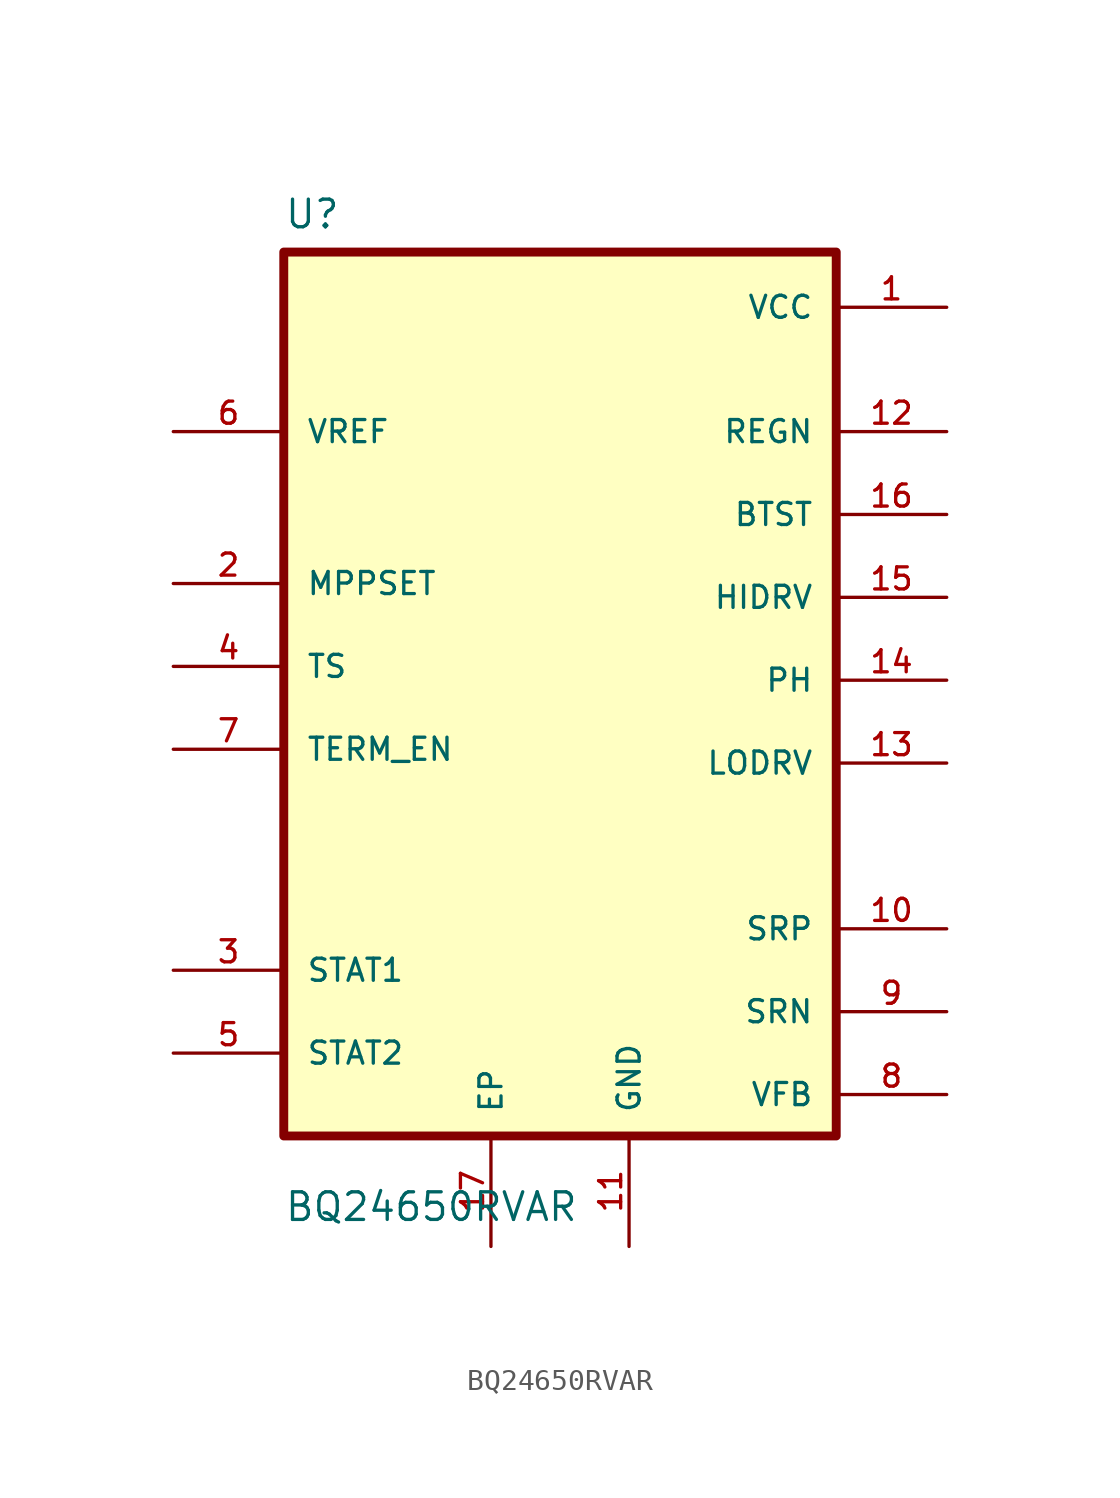
<source format=kicad_sym>
(kicad_symbol_lib
  (version 20220914)
  (generator kicad_symbol_editor)
  (symbol "BQ24650RVAR"
    (pin_names
      (offset 1.016))
    (property "Reference" "U"
      (at -12.7 21.32 0)
      (effects (font (size 1.27 1.27)) (justify left bottom)))
    (property "Value" "BQ24650RVAR"
      (at -12.7 -24.32 0)
      (effects (font (size 1.27 1.27)) (justify left bottom)))
    (symbol "BQ24650RVAR_0_0"
      (rectangle (start -12.7 20.32) (end 12.7 -20.32) (stroke (width 0.41) (type default)) (fill (type background)))
      (pin power_in line (at 17.78 17.78 180) (length 5.08) (name "VCC" (effects (font (size 1.016 1.016)))) (number "1" (effects (font (size 1.016 1.016)))))
      (pin input line (at 17.78 -10.795 180) (length 5.08) (name "SRP" (effects (font (size 1.016 1.016)))) (number "10" (effects (font (size 1.016 1.016)))))
      (pin power_in line (at 3.175 -25.4 90) (length 5.08) (name "GND" (effects (font (size 1.016 1.016)))) (number "11" (effects (font (size 1.016 1.016)))))
      (pin output line (at 17.78 12.065 180) (length 5.08) (name "REGN" (effects (font (size 1.016 1.016)))) (number "12" (effects (font (size 1.016 1.016)))))
      (pin output line (at 17.78 -3.175 180) (length 5.08) (name "LODRV" (effects (font (size 1.016 1.016)))) (number "13" (effects (font (size 1.016 1.016)))))
      (pin power_in line (at 17.78 0.635 180) (length 5.08) (name "PH" (effects (font (size 1.016 1.016)))) (number "14" (effects (font (size 1.016 1.016)))))
      (pin output line (at 17.78 4.445 180) (length 5.08) (name "HIDRV" (effects (font (size 1.016 1.016)))) (number "15" (effects (font (size 1.016 1.016)))))
      (pin power_in line (at 17.78 8.255 180) (length 5.08) (name "BTST" (effects (font (size 1.016 1.016)))) (number "16" (effects (font (size 1.016 1.016)))))
      (pin bidirectional line (at -3.175 -25.4 90) (length 5.08) (name "EP" (effects (font (size 1.016 1.016)))) (number "17" (effects (font (size 1.016 1.016)))))
      (pin input line (at -17.78 5.08 0) (length 5.08) (name "MPPSET" (effects (font (size 1.016 1.016)))) (number "2" (effects (font (size 1.016 1.016)))))
      (pin output line (at -17.78 -12.7 0) (length 5.08) (name "STAT1" (effects (font (size 1.016 1.016)))) (number "3" (effects (font (size 1.016 1.016)))))
      (pin input line (at -17.78 1.27 0) (length 5.08) (name "TS" (effects (font (size 1.016 1.016)))) (number "4" (effects (font (size 1.016 1.016)))))
      (pin output line (at -17.78 -16.51 0) (length 5.08) (name "STAT2" (effects (font (size 1.016 1.016)))) (number "5" (effects (font (size 1.016 1.016)))))
      (pin output line (at -17.78 12.065 0) (length 5.08) (name "VREF" (effects (font (size 1.016 1.016)))) (number "6" (effects (font (size 1.016 1.016)))))
      (pin input line (at -17.78 -2.54 0) (length 5.08) (name "TERM_EN" (effects (font (size 1.016 1.016)))) (number "7" (effects (font (size 1.016 1.016)))))
      (pin input line (at 17.78 -18.415 180) (length 5.08) (name "VFB" (effects (font (size 1.016 1.016)))) (number "8" (effects (font (size 1.016 1.016)))))
      (pin input line (at 17.78 -14.605 180) (length 5.08) (name "SRN" (effects (font (size 1.016 1.016)))) (number "9" (effects (font (size 1.016 1.016))))))))
</source>
